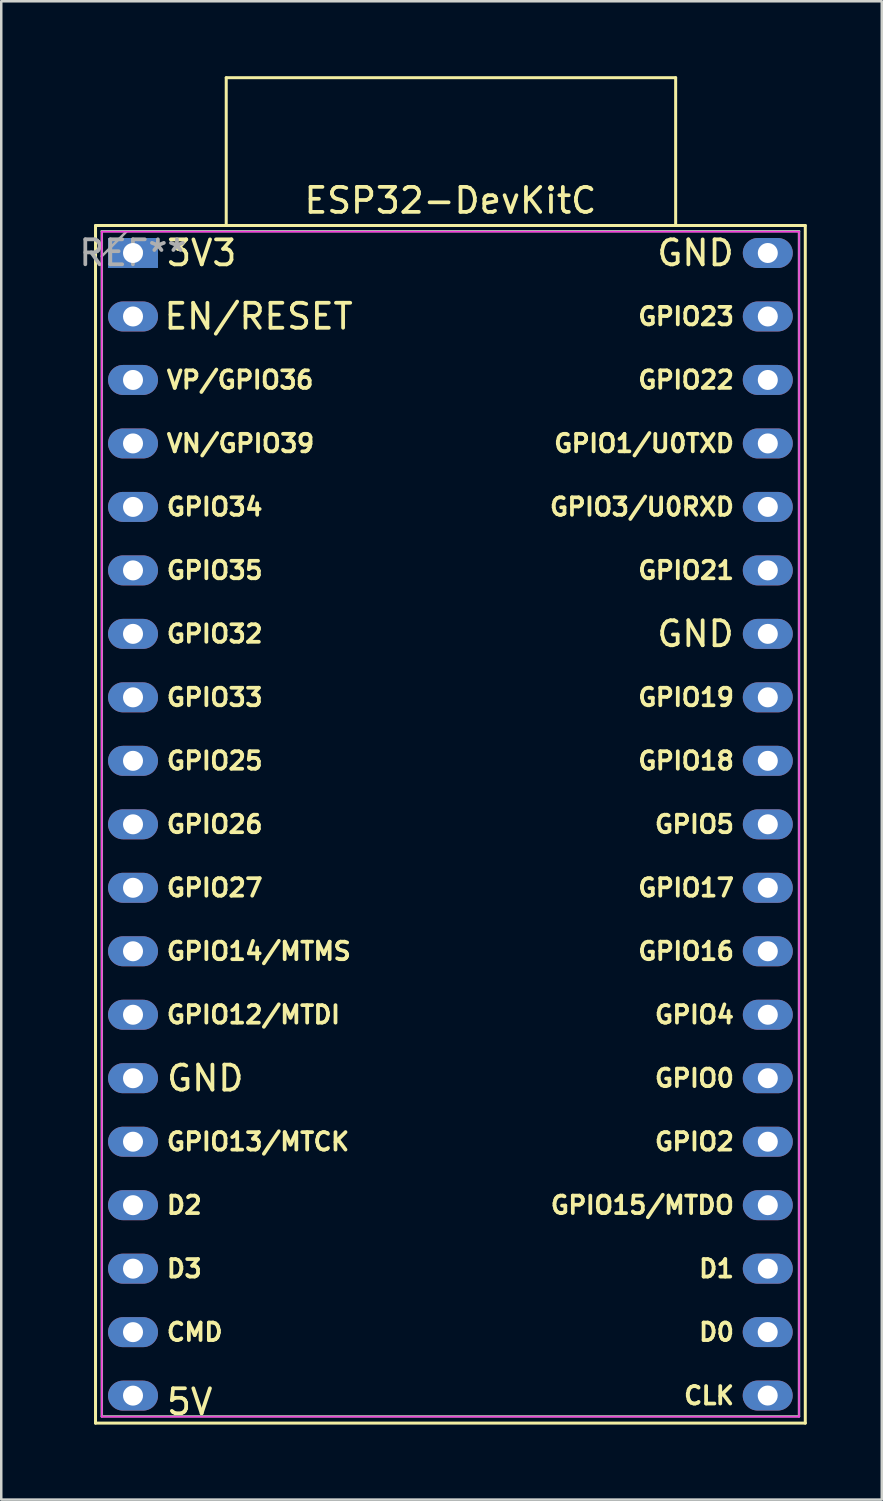
<source format=kicad_pcb>
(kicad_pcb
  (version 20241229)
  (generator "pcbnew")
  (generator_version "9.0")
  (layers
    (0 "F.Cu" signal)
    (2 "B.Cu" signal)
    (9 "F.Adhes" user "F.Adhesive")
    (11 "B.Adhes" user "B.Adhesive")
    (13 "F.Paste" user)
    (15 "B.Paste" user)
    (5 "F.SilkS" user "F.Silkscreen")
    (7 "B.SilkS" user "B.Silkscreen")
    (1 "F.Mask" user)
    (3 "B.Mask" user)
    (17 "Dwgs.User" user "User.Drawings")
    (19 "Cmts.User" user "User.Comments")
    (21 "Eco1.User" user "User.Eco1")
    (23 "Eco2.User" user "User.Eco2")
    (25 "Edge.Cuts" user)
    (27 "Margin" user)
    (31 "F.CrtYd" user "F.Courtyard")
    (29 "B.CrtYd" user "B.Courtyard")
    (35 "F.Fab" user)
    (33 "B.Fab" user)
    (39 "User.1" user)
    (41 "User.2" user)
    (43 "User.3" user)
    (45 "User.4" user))
  (footprint "ESP32-DevKitC"
    (layer "F.Cu")
    (at 2.272 7.073)
    (property "Reference" "ESP32-DevKitC" (at 12.7 -2.1 0) (layer "F.SilkS") (effects (font (size 1 1) (thickness 0.15))))
    (attr through_hole)
    (fp_line (start -1.5 46.82) (end 26.9 46.82) (stroke (width 0.12) (type solid)) (layer "F.SilkS"))
    (fp_line (start -1.5 -1.1) (end -1.5 46.82) (stroke (width 0.12) (type solid)) (layer "F.SilkS"))
    (fp_line (start 3.73 -7.013) (end 21.713 -7.013) (stroke (width 0.12) (type solid)) (layer "F.SilkS"))
    (fp_line (start 3.73 -1.12) (end 3.73 -7.013) (stroke (width 0.12) (type solid)) (layer "F.SilkS"))
    (fp_line (start 21.713 -7.013) (end 21.713 -1.12) (stroke (width 0.12) (type solid)) (layer "F.SilkS"))
    (fp_line (start 26.9 46.82) (end 26.9 -1.1) (stroke (width 0.12) (type solid)) (layer "F.SilkS"))
    (fp_line (start 26.9 -1.1) (end -1.5 -1.1) (stroke (width 0.12) (type solid)) (layer "F.SilkS"))
    (fp_line (start -1.25 -0.85) (end 26.65 -0.85) (stroke (width 0.05) (type solid)) (layer "F.CrtYd"))
    (fp_line (start -1.25 46.57) (end -1.25 -0.85) (stroke (width 0.05) (type solid)) (layer "F.CrtYd"))
    (fp_line (start 26.65 -0.85) (end 26.65 46.57) (stroke (width 0.05) (type solid)) (layer "F.CrtYd"))
    (fp_line (start 26.65 46.57) (end -1.25 46.57) (stroke (width 0.05) (type solid)) (layer "F.CrtYd"))
    (fp_line (start -1.25 -0.87) (end 26.65 -0.87) (stroke (width 0.1) (type solid)) (layer "F.Fab"))
    (fp_line (start -1.25 46.55) (end -1.25 -0.87) (stroke (width 0.1) (type solid)) (layer "F.Fab"))
    (fp_line (start -0.25 -0.87) (end -1.25 0.13) (stroke (width 0.1) (type solid)) (layer "F.Fab"))
    (fp_line (start 26.65 -0.87) (end 26.65 46.55) (stroke (width 0.1) (type solid)) (layer "F.Fab"))
    (fp_line (start 26.65 46.55) (end -1.25 46.55) (stroke (width 0.1) (type solid)) (layer "F.Fab"))
    (fp_text user "GPIO23" (at 24.13 2.54 0) (unlocked yes) (layer "F.SilkS") (effects (font (size 0.7 0.7) (thickness 0.15)) (justify right)))
    (fp_text user "GPIO32" (at 1.27 15.24 0) (unlocked yes) (layer "F.SilkS") (effects (font (size 0.7 0.7) (thickness 0.15)) (justify left)))
    (fp_text user "GND" (at 24.13 0 0) (unlocked yes) (layer "F.SilkS") (effects (font (size 1 1) (thickness 0.15)) (justify right)))
    (fp_text user "GPIO19" (at 24.13 17.78 0) (unlocked yes) (layer "F.SilkS") (effects (font (size 0.7 0.7) (thickness 0.15)) (justify right)))
    (fp_text user "D1" (at 24.13 40.64 0) (unlocked yes) (layer "F.SilkS") (effects (font (size 0.7 0.7) (thickness 0.15)) (justify right)))
    (fp_text user "GPIO16" (at 24.13 27.94 0) (unlocked yes) (layer "F.SilkS") (effects (font (size 0.7 0.7) (thickness 0.15)) (justify right)))
    (fp_text user "GPIO35" (at 1.27 12.7 0) (unlocked yes) (layer "F.SilkS") (effects (font (size 0.7 0.7) (thickness 0.15)) (justify left)))
    (fp_text user "GPIO25" (at 1.27 20.32 0) (unlocked yes) (layer "F.SilkS") (effects (font (size 0.7 0.7) (thickness 0.15)) (justify left)))
    (fp_text user "3V3" (at 1.27 0 0) (unlocked yes) (layer "F.SilkS") (effects (font (size 1 1) (thickness 0.15)) (justify left)))
    (fp_text user "GPIO5" (at 24.13 22.86 0) (unlocked yes) (layer "F.SilkS") (effects (font (size 0.7 0.7) (thickness 0.15)) (justify right)))
    (fp_text user "CLK" (at 24.13 45.72 0) (unlocked yes) (layer "F.SilkS") (effects (font (size 0.7 0.7) (thickness 0.15)) (justify right)))
    (fp_text user "GPIO27" (at 1.27 25.4 0) (unlocked yes) (layer "F.SilkS") (effects (font (size 0.7 0.7) (thickness 0.15)) (justify left)))
    (fp_text user "GPIO26" (at 1.27 22.86 0) (unlocked yes) (layer "F.SilkS") (effects (font (size 0.7 0.7) (thickness 0.15)) (justify left)))
    (fp_text user "GND" (at 1.27 33.02 0) (unlocked yes) (layer "F.SilkS") (effects (font (size 1 1) (thickness 0.15)) (justify left)))
    (fp_text user "CMD" (at 1.27 43.18 0) (unlocked yes) (layer "F.SilkS") (effects (font (size 0.7 0.7) (thickness 0.15)) (justify left)))
    (fp_text user "D0" (at 24.13 43.18 0) (unlocked yes) (layer "F.SilkS") (effects (font (size 0.7 0.7) (thickness 0.15)) (justify right)))
    (fp_text user "EN/RESET" (at 8.886 2.537 0) (unlocked yes) (layer "F.SilkS") (effects (font (size 1 1) (thickness 0.15)) (justify right)))
    (fp_text user "GPIO2" (at 24.13 35.56 0) (unlocked yes) (layer "F.SilkS") (effects (font (size 0.7 0.7) (thickness 0.15)) (justify right)))
    (fp_text user "GPIO33" (at 1.27 17.78 0) (unlocked yes) (layer "F.SilkS") (effects (font (size 0.7 0.7) (thickness 0.15)) (justify left)))
    (fp_text user "GPIO3/U0RXD" (at 24.13 10.16 0) (unlocked yes) (layer "F.SilkS") (effects (font (size 0.7 0.7) (thickness 0.15)) (justify right)))
    (fp_text user "VP/GPIO36" (at 1.27 5.08 0) (unlocked yes) (layer "F.SilkS") (effects (font (size 0.7 0.7) (thickness 0.15)) (justify left)))
    (fp_text user "GPIO4" (at 24.13 30.48 0) (unlocked yes) (layer "F.SilkS") (effects (font (size 0.7 0.7) (thickness 0.15)) (justify right)))
    (fp_text user "GPIO14/MTMS" (at 1.27 27.94 0) (unlocked yes) (layer "F.SilkS") (effects (font (size 0.7 0.7) (thickness 0.15)) (justify left)))
    (fp_text user "GPIO15/MTDO" (at 24.13 38.1 0) (unlocked yes) (layer "F.SilkS") (effects (font (size 0.7 0.7) (thickness 0.15)) (justify right)))
    (fp_text user "GPIO21" (at 24.13 12.7 0) (unlocked yes) (layer "F.SilkS") (effects (font (size 0.7 0.7) (thickness 0.15)) (justify right)))
    (fp_text user "GPIO13/MTCK" (at 1.27 35.56 0) (unlocked yes) (layer "F.SilkS") (effects (font (size 0.7 0.7) (thickness 0.15)) (justify left)))
    (fp_text user "GPIO17" (at 24.13 25.4 0) (unlocked yes) (layer "F.SilkS") (effects (font (size 0.7 0.7) (thickness 0.15)) (justify right)))
    (fp_text user "VN/GPIO39" (at 1.27 7.62 0) (unlocked yes) (layer "F.SilkS") (effects (font (size 0.7 0.7) (thickness 0.15)) (justify left)))
    (fp_text user "GPIO18" (at 24.13 20.32 0) (unlocked yes) (layer "F.SilkS") (effects (font (size 0.7 0.7) (thickness 0.15)) (justify right)))
    (fp_text user "GPIO0" (at 24.13 33.02 0) (unlocked yes) (layer "F.SilkS") (effects (font (size 0.7 0.7) (thickness 0.15)) (justify right)))
    (fp_text user "5V" (at 1.266 45.971 0) (unlocked yes) (layer "F.SilkS") (effects (font (size 1 1) (thickness 0.15)) (justify left)))
    (fp_text user "D3" (at 1.27 40.64 0) (unlocked yes) (layer "F.SilkS") (effects (font (size 0.7 0.7) (thickness 0.15)) (justify left)))
    (fp_text user "GPIO1/U0TXD" (at 24.13 7.62 0) (unlocked yes) (layer "F.SilkS") (effects (font (size 0.7 0.7) (thickness 0.15)) (justify right)))
    (fp_text user "D2" (at 1.27 38.1 0) (unlocked yes) (layer "F.SilkS") (effects (font (size 0.7 0.7) (thickness 0.15)) (justify left)))
    (fp_text user "GPIO12/MTDI" (at 1.27 30.48 0) (unlocked yes) (layer "F.SilkS") (effects (font (size 0.7 0.7) (thickness 0.15)) (justify left)))
    (fp_text user "GPIO34" (at 1.27 10.16 0) (unlocked yes) (layer "F.SilkS") (effects (font (size 0.7 0.7) (thickness 0.15)) (justify left)))
    (fp_text user "GPIO22" (at 24.13 5.08 0) (unlocked yes) (layer "F.SilkS") (effects (font (size 0.7 0.7) (thickness 0.15)) (justify right)))
    (fp_text user "GND" (at 24.13 15.24 0) (unlocked yes) (layer "F.SilkS") (effects (font (size 1 1) (thickness 0.15)) (justify right)))
    (fp_text user "REF**" (at -0.004 -0.003 0) (layer "F.Fab") (effects (font (size 1 1) (thickness 0.15))))
    (pad "1" thru_hole rect (at 0 0 270) (size 1.2 2) (drill 0.8) (layers "*.Cu" "*.Mask"))
    (pad "2" thru_hole oval (at 0 2.54 270) (size 1.2 2) (drill 0.8) (layers "*.Cu" "*.Mask"))
    (pad "3" thru_hole oval (at 0 5.08 270) (size 1.2 2) (drill 0.8) (layers "*.Cu" "*.Mask"))
    (pad "4" thru_hole oval (at 0 7.62 270) (size 1.2 2) (drill 0.8) (layers "*.Cu" "*.Mask"))
    (pad "5" thru_hole oval (at 0 10.16 270) (size 1.2 2) (drill 0.8) (layers "*.Cu" "*.Mask"))
    (pad "6" thru_hole oval (at 0 12.7 270) (size 1.2 2) (drill 0.8) (layers "*.Cu" "*.Mask"))
    (pad "7" thru_hole oval (at 0 15.24 270) (size 1.2 2) (drill 0.8) (layers "*.Cu" "*.Mask"))
    (pad "8" thru_hole oval (at 0 17.78 270) (size 1.2 2) (drill 0.8) (layers "*.Cu" "*.Mask"))
    (pad "9" thru_hole oval (at 0 20.32 270) (size 1.2 2) (drill 0.8) (layers "*.Cu" "*.Mask"))
    (pad "10" thru_hole oval (at 0 22.86 270) (size 1.2 2) (drill 0.8) (layers "*.Cu" "*.Mask"))
    (pad "11" thru_hole oval (at 0 25.4 270) (size 1.2 2) (drill 0.8) (layers "*.Cu" "*.Mask"))
    (pad "12" thru_hole oval (at 0 27.94 270) (size 1.2 2) (drill 0.8) (layers "*.Cu" "*.Mask"))
    (pad "13" thru_hole oval (at 0 30.48 270) (size 1.2 2) (drill 0.8) (layers "*.Cu" "*.Mask"))
    (pad "14" thru_hole oval (at 0 33.02 270) (size 1.2 2) (drill 0.8) (layers "*.Cu" "*.Mask"))
    (pad "15" thru_hole oval (at 0 35.56 270) (size 1.2 2) (drill 0.8) (layers "*.Cu" "*.Mask"))
    (pad "16" thru_hole oval (at 0 38.1 270) (size 1.2 2) (drill 0.8) (layers "*.Cu" "*.Mask"))
    (pad "17" thru_hole oval (at 0 40.64 270) (size 1.2 2) (drill 0.8) (layers "*.Cu" "*.Mask"))
    (pad "18" thru_hole oval (at 0 43.18 270) (size 1.2 2) (drill 0.8) (layers "*.Cu" "*.Mask"))
    (pad "19" thru_hole oval (at 0 45.72 270) (size 1.2 2) (drill 0.8) (layers "*.Cu" "*.Mask"))
    (pad "20" thru_hole oval (at 25.396 45.717 270) (size 1.2 2) (drill 0.8) (layers "*.Cu" "*.Mask"))
    (pad "21" thru_hole oval (at 25.396 43.177 270) (size 1.2 2) (drill 0.8) (layers "*.Cu" "*.Mask"))
    (pad "22" thru_hole oval (at 25.4 40.64 270) (size 1.2 2) (drill 0.8) (layers "*.Cu" "*.Mask"))
    (pad "23" thru_hole oval (at 25.4 38.1 270) (size 1.2 2) (drill 0.8) (layers "*.Cu" "*.Mask"))
    (pad "24" thru_hole oval (at 25.4 35.56 270) (size 1.2 2) (drill 0.8) (layers "*.Cu" "*.Mask"))
    (pad "25" thru_hole oval (at 25.4 33.02 270) (size 1.2 2) (drill 0.8) (layers "*.Cu" "*.Mask"))
    (pad "26" thru_hole oval (at 25.4 30.48 270) (size 1.2 2) (drill 0.8) (layers "*.Cu" "*.Mask"))
    (pad "27" thru_hole oval (at 25.4 27.94 270) (size 1.2 2) (drill 0.8) (layers "*.Cu" "*.Mask"))
    (pad "28" thru_hole oval (at 25.4 25.4 270) (size 1.2 2) (drill 0.8) (layers "*.Cu" "*.Mask"))
    (pad "29" thru_hole oval (at 25.4 22.86 270) (size 1.2 2) (drill 0.8) (layers "*.Cu" "*.Mask"))
    (pad "30" thru_hole oval (at 25.4 20.32 270) (size 1.2 2) (drill 0.8) (layers "*.Cu" "*.Mask"))
    (pad "31" thru_hole oval (at 25.4 17.78 270) (size 1.2 2) (drill 0.8) (layers "*.Cu" "*.Mask"))
    (pad "32" thru_hole oval (at 25.4 15.24 270) (size 1.2 2) (drill 0.8) (layers "*.Cu" "*.Mask"))
    (pad "33" thru_hole oval (at 25.4 12.7 270) (size 1.2 2) (drill 0.8) (layers "*.Cu" "*.Mask"))
    (pad "34" thru_hole oval (at 25.4 10.16 270) (size 1.2 2) (drill 0.8) (layers "*.Cu" "*.Mask"))
    (pad "35" thru_hole oval (at 25.4 7.62 270) (size 1.2 2) (drill 0.8) (layers "*.Cu" "*.Mask"))
    (pad "36" thru_hole oval (at 25.4 5.08 270) (size 1.2 2) (drill 0.8) (layers "*.Cu" "*.Mask"))
    (pad "37" thru_hole oval (at 25.4 2.54 270) (size 1.2 2) (drill 0.8) (layers "*.Cu" "*.Mask"))
    (pad "38" thru_hole oval (at 25.4 0 270) (size 1.2 2) (drill 0.8) (layers "*.Cu" "*.Mask")))
  (gr_rect
    (start -3 -3)
    (end 32.232 56.953)
    (stroke (width 0.1) (type default))
    (fill no)
    (layer "Edge.Cuts")))
</source>
